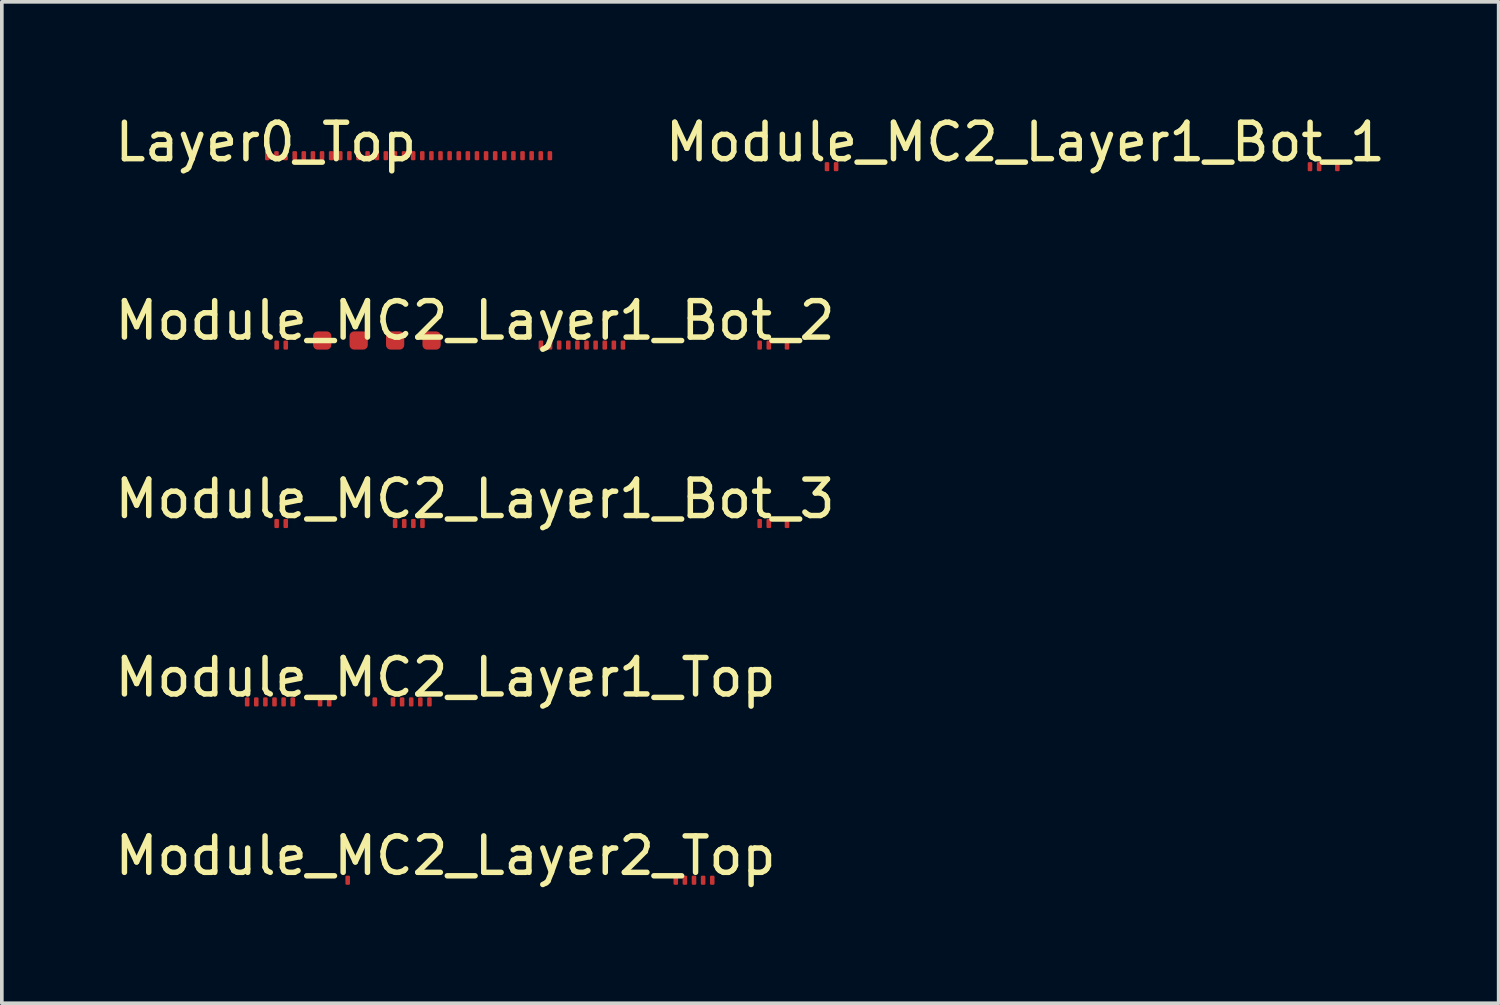
<source format=kicad_pcb>
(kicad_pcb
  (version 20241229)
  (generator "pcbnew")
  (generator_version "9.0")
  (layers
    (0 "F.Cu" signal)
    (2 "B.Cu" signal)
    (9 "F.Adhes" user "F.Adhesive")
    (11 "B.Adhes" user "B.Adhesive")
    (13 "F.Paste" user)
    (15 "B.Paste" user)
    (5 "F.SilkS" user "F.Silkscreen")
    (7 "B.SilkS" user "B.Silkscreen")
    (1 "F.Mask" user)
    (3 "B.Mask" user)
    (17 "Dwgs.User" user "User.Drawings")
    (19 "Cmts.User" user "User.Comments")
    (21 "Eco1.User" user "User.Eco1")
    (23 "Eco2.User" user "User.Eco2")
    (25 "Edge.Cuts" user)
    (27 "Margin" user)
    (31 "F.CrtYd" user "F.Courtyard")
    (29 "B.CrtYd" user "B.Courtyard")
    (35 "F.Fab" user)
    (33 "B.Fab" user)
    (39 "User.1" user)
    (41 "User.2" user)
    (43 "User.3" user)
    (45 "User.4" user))
  (footprint "Module_MC2_Layer1_Bot_3"
    (layer "F.Cu")
    (at 7.235 11.433)
    (property "Reference" "Module_MC2_Layer1_Bot_3" (at 2.747 -0.796 0) (unlocked yes) (layer "F.SilkS") (effects (font (size 1 1) (thickness 0.15))))
    (attr smd)
    (pad "1" smd roundrect (at -2.696 -0.122 180) (size 0.125 0.25) (layers "F.Cu" "F.Mask" "F.Paste") (roundrect_rratio 0.25))
    (pad "2" smd roundrect (at -2.446 -0.122 180) (size 0.125 0.25) (layers "F.Cu" "F.Mask" "F.Paste") (roundrect_rratio 0.25))
    (pad "3" smd roundrect (at 0.554 -0.122 180) (size 0.125 0.25) (layers "F.Cu" "F.Mask" "F.Paste") (roundrect_rratio 0.25))
    (pad "4" smd roundrect (at 0.804 -0.122 180) (size 0.125 0.25) (layers "F.Cu" "F.Mask" "F.Paste") (roundrect_rratio 0.25))
    (pad "5" smd roundrect (at 1.054 -0.122 180) (size 0.125 0.25) (layers "F.Cu" "F.Mask" "F.Paste") (roundrect_rratio 0.25))
    (pad "6" smd roundrect (at 1.304 -0.122 180) (size 0.125 0.25) (layers "F.Cu" "F.Mask" "F.Paste") (roundrect_rratio 0.25))
    (pad "7" smd roundrect (at 10.554 -0.122 180) (size 0.125 0.25) (layers "F.Cu" "F.Mask" "F.Paste") (roundrect_rratio 0.25))
    (pad "8" smd roundrect (at 10.804 -0.122 180) (size 0.125 0.25) (layers "F.Cu" "F.Mask" "F.Paste") (roundrect_rratio 0.25))
    (pad "9" smd roundrect (at 11.304 -0.122 180) (size 0.125 0.25) (layers "F.Cu" "F.Mask" "F.Paste") (roundrect_rratio 0.25)))
  (footprint "Layer0_Top"
    (layer "F.Cu")
    (at 4.244 1.348)
    (property "Reference" "Layer0_Top" (at 0 -0.5 0) (unlocked yes) (layer "F.SilkS") (effects (font (size 1 1) (thickness 0.15))))
    (attr smd)
    (pad "1" smd roundrect (at 0.04 -0.127) (size 0.125 0.25) (layers "F.Cu" "F.Mask" "F.Paste") (roundrect_rratio 0.25))
    (pad "2" smd roundrect (at 0.29 -0.127) (size 0.125 0.25) (layers "F.Cu" "F.Mask" "F.Paste") (roundrect_rratio 0.25))
    (pad "3" smd roundrect (at 0.54 -0.127) (size 0.125 0.25) (layers "F.Cu" "F.Mask" "F.Paste") (roundrect_rratio 0.25))
    (pad "4" smd roundrect (at 0.79 -0.127) (size 0.125 0.25) (layers "F.Cu" "F.Mask" "F.Paste") (roundrect_rratio 0.25))
    (pad "5" smd roundrect (at 1.04 -0.127) (size 0.125 0.25) (layers "F.Cu" "F.Mask" "F.Paste") (roundrect_rratio 0.25))
    (pad "6" smd roundrect (at 1.29 -0.127) (size 0.125 0.25) (layers "F.Cu" "F.Mask" "F.Paste") (roundrect_rratio 0.25))
    (pad "7" smd roundrect (at 1.54 -0.127) (size 0.125 0.25) (layers "F.Cu" "F.Mask" "F.Paste") (roundrect_rratio 0.25))
    (pad "8" smd roundrect (at 1.79 -0.127) (size 0.125 0.25) (layers "F.Cu" "F.Mask" "F.Paste") (roundrect_rratio 0.25))
    (pad "9" smd roundrect (at 2.04 -0.127) (size 0.125 0.25) (layers "F.Cu" "F.Mask" "F.Paste") (roundrect_rratio 0.25))
    (pad "10" smd roundrect (at 2.29 -0.127) (size 0.125 0.25) (layers "F.Cu" "F.Mask" "F.Paste") (roundrect_rratio 0.25))
    (pad "11" smd roundrect (at 2.54 -0.127) (size 0.125 0.25) (layers "F.Cu" "F.Mask" "F.Paste") (roundrect_rratio 0.25))
    (pad "12" smd roundrect (at 2.79 -0.127) (size 0.125 0.25) (layers "F.Cu" "F.Mask" "F.Paste") (roundrect_rratio 0.25))
    (pad "13" smd roundrect (at 3.04 -0.127) (size 0.125 0.25) (layers "F.Cu" "F.Mask" "F.Paste") (roundrect_rratio 0.25))
    (pad "14" smd roundrect (at 3.29 -0.127) (size 0.125 0.25) (layers "F.Cu" "F.Mask" "F.Paste") (roundrect_rratio 0.25))
    (pad "15" smd roundrect (at 3.54 -0.127) (size 0.125 0.25) (layers "F.Cu" "F.Mask" "F.Paste") (roundrect_rratio 0.25))
    (pad "16" smd roundrect (at 3.79 -0.127) (size 0.125 0.25) (layers "F.Cu" "F.Mask" "F.Paste") (roundrect_rratio 0.25))
    (pad "17" smd roundrect (at 4.04 -0.127) (size 0.125 0.25) (layers "F.Cu" "F.Mask" "F.Paste") (roundrect_rratio 0.25))
    (pad "18" smd roundrect (at 4.29 -0.127) (size 0.125 0.25) (layers "F.Cu" "F.Mask" "F.Paste") (roundrect_rratio 0.25))
    (pad "19" smd roundrect (at 4.54 -0.127) (size 0.125 0.25) (layers "F.Cu" "F.Mask" "F.Paste") (roundrect_rratio 0.25))
    (pad "20" smd roundrect (at 4.79 -0.127) (size 0.125 0.25) (layers "F.Cu" "F.Mask" "F.Paste") (roundrect_rratio 0.25))
    (pad "21" smd roundrect (at 5.04 -0.127) (size 0.125 0.25) (layers "F.Cu" "F.Mask" "F.Paste") (roundrect_rratio 0.25))
    (pad "22" smd roundrect (at 5.29 -0.127) (size 0.125 0.25) (layers "F.Cu" "F.Mask" "F.Paste") (roundrect_rratio 0.25))
    (pad "23" smd roundrect (at 5.54 -0.127) (size 0.125 0.25) (layers "F.Cu" "F.Mask" "F.Paste") (roundrect_rratio 0.25))
    (pad "24" smd roundrect (at 5.79 -0.127) (size 0.125 0.25) (layers "F.Cu" "F.Mask" "F.Paste") (roundrect_rratio 0.25))
    (pad "25" smd roundrect (at 6.04 -0.127) (size 0.125 0.25) (layers "F.Cu" "F.Mask" "F.Paste") (roundrect_rratio 0.25))
    (pad "26" smd roundrect (at 6.29 -0.127) (size 0.125 0.25) (layers "F.Cu" "F.Mask" "F.Paste") (roundrect_rratio 0.25))
    (pad "27" smd roundrect (at 6.54 -0.127) (size 0.125 0.25) (layers "F.Cu" "F.Mask" "F.Paste") (roundrect_rratio 0.25))
    (pad "28" smd roundrect (at 6.79 -0.127) (size 0.125 0.25) (layers "F.Cu" "F.Mask" "F.Paste") (roundrect_rratio 0.25))
    (pad "29" smd roundrect (at 7.04 -0.127) (size 0.125 0.25) (layers "F.Cu" "F.Mask" "F.Paste") (roundrect_rratio 0.25))
    (pad "30" smd roundrect (at 7.29 -0.127) (size 0.125 0.25) (layers "F.Cu" "F.Mask" "F.Paste") (roundrect_rratio 0.25))
    (pad "31" smd roundrect (at 7.54 -0.127) (size 0.125 0.25) (layers "F.Cu" "F.Mask" "F.Paste") (roundrect_rratio 0.25))
    (pad "32" smd roundrect (at 7.79 -0.127) (size 0.125 0.25) (layers "F.Cu" "F.Mask" "F.Paste") (roundrect_rratio 0.25)))
  (footprint "Module_MC2_Layer1_Bot_2"
    (layer "F.Cu")
    (at 7.235 6.538)
    (property "Reference" "Module_MC2_Layer1_Bot_2" (at 2.747 -0.796 0) (unlocked yes) (layer "F.SilkS") (effects (font (size 1 1) (thickness 0.15))))
    (attr smd)
    (pad "1" smd roundrect (at -2.696 -0.122 180) (size 0.125 0.25) (layers "F.Cu" "F.Mask" "F.Paste") (roundrect_rratio 0.25))
    (pad "2" smd roundrect (at -2.446 -0.122 180) (size 0.125 0.25) (layers "F.Cu" "F.Mask" "F.Paste") (roundrect_rratio 0.25))
    (pad "3" smd roundrect (at -1.446 -0.247 180) (size 0.5 0.5) (layers "F.Cu" "F.Mask" "F.Paste") (roundrect_rratio 0.25))
    (pad "4" smd roundrect (at -0.446 -0.247 180) (size 0.5 0.5) (layers "F.Cu" "F.Mask" "F.Paste") (roundrect_rratio 0.25))
    (pad "5" smd roundrect (at 0.554 -0.247 180) (size 0.5 0.5) (layers "F.Cu" "F.Mask" "F.Paste") (roundrect_rratio 0.25))
    (pad "6" smd roundrect (at 1.554 -0.247 180) (size 0.5 0.5) (layers "F.Cu" "F.Mask" "F.Paste") (roundrect_rratio 0.25))
    (pad "7" smd roundrect (at 4.554 -0.122 180) (size 0.125 0.25) (layers "F.Cu" "F.Mask" "F.Paste") (roundrect_rratio 0.25))
    (pad "8" smd roundrect (at 4.804 -0.122 180) (size 0.125 0.25) (layers "F.Cu" "F.Mask" "F.Paste") (roundrect_rratio 0.25))
    (pad "9" smd roundrect (at 5.054 -0.122 180) (size 0.125 0.25) (layers "F.Cu" "F.Mask" "F.Paste") (roundrect_rratio 0.25))
    (pad "10" smd roundrect (at 5.304 -0.122 180) (size 0.125 0.25) (layers "F.Cu" "F.Mask" "F.Paste") (roundrect_rratio 0.25))
    (pad "11" smd roundrect (at 5.554 -0.122 180) (size 0.125 0.25) (layers "F.Cu" "F.Mask" "F.Paste") (roundrect_rratio 0.25))
    (pad "12" smd roundrect (at 5.804 -0.122 180) (size 0.125 0.25) (layers "F.Cu" "F.Mask" "F.Paste") (roundrect_rratio 0.25))
    (pad "13" smd roundrect (at 6.054 -0.122 180) (size 0.125 0.25) (layers "F.Cu" "F.Mask" "F.Paste") (roundrect_rratio 0.25))
    (pad "14" smd roundrect (at 6.304 -0.122 180) (size 0.125 0.25) (layers "F.Cu" "F.Mask" "F.Paste") (roundrect_rratio 0.25))
    (pad "15" smd roundrect (at 6.554 -0.122 180) (size 0.125 0.25) (layers "F.Cu" "F.Mask" "F.Paste") (roundrect_rratio 0.25))
    (pad "16" smd roundrect (at 6.804 -0.122 180) (size 0.125 0.25) (layers "F.Cu" "F.Mask" "F.Paste") (roundrect_rratio 0.25))
    (pad "17" smd roundrect (at 10.554 -0.122 180) (size 0.125 0.25) (layers "F.Cu" "F.Mask" "F.Paste") (roundrect_rratio 0.25))
    (pad "18" smd roundrect (at 10.804 -0.122 180) (size 0.125 0.25) (layers "F.Cu" "F.Mask" "F.Paste") (roundrect_rratio 0.25))
    (pad "19" smd roundrect (at 11.304 -0.122 180) (size 0.125 0.25) (layers "F.Cu" "F.Mask" "F.Paste") (roundrect_rratio 0.25)))
  (footprint "Module_MC2_Layer2_Top"
    (layer "F.Cu")
    (at 6.426 21.221)
    (property "Reference" "Module_MC2_Layer2_Top" (at 2.747 -0.796 0) (unlocked yes) (layer "F.SilkS") (effects (font (size 1 1) (thickness 0.15))))
    (attr smd)
    (pad "1" smd roundrect (at 0.062 -0.125 180) (size 0.125 0.25) (layers "F.Cu" "F.Mask" "F.Paste") (roundrect_rratio 0.25))
    (pad "2" smd roundrect (at 9.062 -0.125 180) (size 0.125 0.25) (layers "F.Cu" "F.Mask" "F.Paste") (roundrect_rratio 0.25))
    (pad "3" smd roundrect (at 9.312 -0.125 180) (size 0.125 0.25) (layers "F.Cu" "F.Mask" "F.Paste") (roundrect_rratio 0.25))
    (pad "4" smd roundrect (at 9.562 -0.125 180) (size 0.125 0.25) (layers "F.Cu" "F.Mask" "F.Paste") (roundrect_rratio 0.25))
    (pad "5" smd roundrect (at 9.812 -0.125 180) (size 0.125 0.25) (layers "F.Cu" "F.Mask" "F.Paste") (roundrect_rratio 0.25))
    (pad "6" smd roundrect (at 10.062 -0.125 180) (size 0.125 0.25) (layers "F.Cu" "F.Mask" "F.Paste") (roundrect_rratio 0.25)))
  (footprint "Module_MC2_Layer1_Bot_1"
    (layer "F.Cu")
    (at 22.332 1.644)
    (property "Reference" "Module_MC2_Layer1_Bot_1" (at 2.747 -0.796 0) (unlocked yes) (layer "F.SilkS") (effects (font (size 1 1) (thickness 0.15))))
    (attr smd)
    (pad "1" smd roundrect (at -2.696 -0.122 180) (size 0.125 0.25) (layers "F.Cu" "F.Mask" "F.Paste") (roundrect_rratio 0.25))
    (pad "2" smd roundrect (at -2.446 -0.122 180) (size 0.125 0.25) (layers "F.Cu" "F.Mask" "F.Paste") (roundrect_rratio 0.25))
    (pad "3" smd roundrect (at 10.554 -0.122 180) (size 0.125 0.25) (layers "F.Cu" "F.Mask" "F.Paste") (roundrect_rratio 0.25))
    (pad "4" smd roundrect (at 10.804 -0.122 180) (size 0.125 0.25) (layers "F.Cu" "F.Mask" "F.Paste") (roundrect_rratio 0.25))
    (pad "5" smd roundrect (at 11.304 -0.122 180) (size 0.125 0.25) (layers "F.Cu" "F.Mask" "F.Paste") (roundrect_rratio 0.25)))
  (footprint "Module_MC2_Layer1_Top"
    (layer "F.Cu")
    (at 6.426 16.327)
    (property "Reference" "Module_MC2_Layer1_Top" (at 2.747 -0.796 0) (unlocked yes) (layer "F.SilkS") (effects (font (size 1 1) (thickness 0.15))))
    (attr smd)
    (pad "1" smd roundrect (at -2.696 -0.122 180) (size 0.125 0.25) (layers "F.Cu" "F.Mask" "F.Paste") (roundrect_rratio 0.25))
    (pad "2" smd roundrect (at -2.446 -0.122 180) (size 0.125 0.25) (layers "F.Cu" "F.Mask" "F.Paste") (roundrect_rratio 0.25))
    (pad "3" smd roundrect (at -2.196 -0.122 180) (size 0.125 0.25) (layers "F.Cu" "F.Mask" "F.Paste") (roundrect_rratio 0.25))
    (pad "4" smd roundrect (at -1.946 -0.122 180) (size 0.125 0.25) (layers "F.Cu" "F.Mask" "F.Paste") (roundrect_rratio 0.25))
    (pad "5" smd roundrect (at -1.696 -0.122 180) (size 0.125 0.25) (layers "F.Cu" "F.Mask" "F.Paste") (roundrect_rratio 0.25))
    (pad "6" smd roundrect (at -1.446 -0.122 180) (size 0.125 0.25) (layers "F.Cu" "F.Mask" "F.Paste") (roundrect_rratio 0.25))
    (pad "7" smd roundrect (at -0.696 -0.122 180) (size 0.125 0.25) (layers "F.Cu" "F.Mask" "F.Paste") (roundrect_rratio 0.25))
    (pad "8" smd roundrect (at -0.446 -0.122 180) (size 0.125 0.25) (layers "F.Cu" "F.Mask" "F.Paste") (roundrect_rratio 0.25))
    (pad "9" smd roundrect (at 0.804 -0.122 180) (size 0.125 0.25) (layers "F.Cu" "F.Mask" "F.Paste") (roundrect_rratio 0.25))
    (pad "10" smd roundrect (at 1.304 -0.122 180) (size 0.125 0.25) (layers "F.Cu" "F.Mask" "F.Paste") (roundrect_rratio 0.25))
    (pad "11" smd roundrect (at 1.554 -0.122 180) (size 0.125 0.25) (layers "F.Cu" "F.Mask" "F.Paste") (roundrect_rratio 0.25))
    (pad "12" smd roundrect (at 1.804 -0.122 180) (size 0.125 0.25) (layers "F.Cu" "F.Mask" "F.Paste") (roundrect_rratio 0.25))
    (pad "13" smd roundrect (at 2.054 -0.122 180) (size 0.125 0.25) (layers "F.Cu" "F.Mask" "F.Paste") (roundrect_rratio 0.25))
    (pad "14" smd roundrect (at 2.304 -0.122 180) (size 0.125 0.25) (layers "F.Cu" "F.Mask" "F.Paste") (roundrect_rratio 0.25)))
  (gr_rect
    (start -3 -3)
    (end 38.061 24.471)
    (stroke (width 0.1) (type default))
    (fill no)
    (layer "Edge.Cuts")))
</source>
